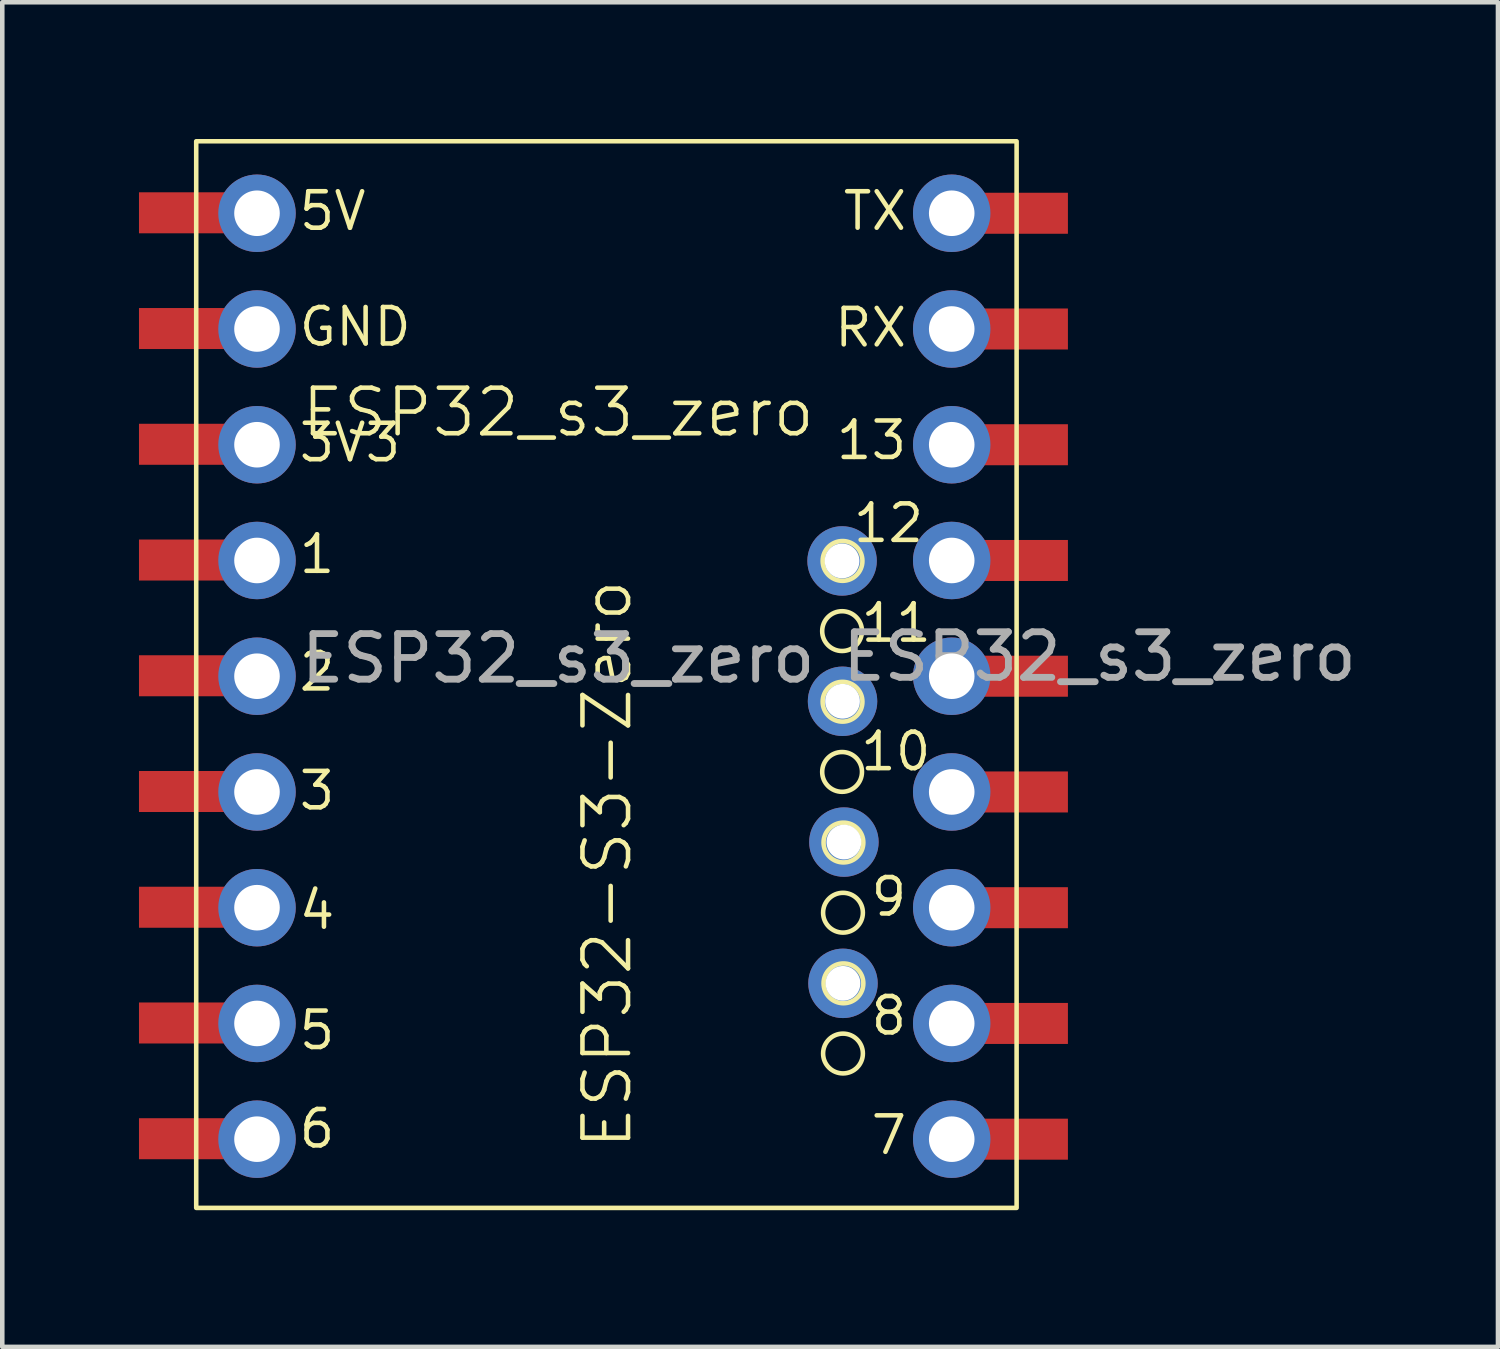
<source format=kicad_pcb>
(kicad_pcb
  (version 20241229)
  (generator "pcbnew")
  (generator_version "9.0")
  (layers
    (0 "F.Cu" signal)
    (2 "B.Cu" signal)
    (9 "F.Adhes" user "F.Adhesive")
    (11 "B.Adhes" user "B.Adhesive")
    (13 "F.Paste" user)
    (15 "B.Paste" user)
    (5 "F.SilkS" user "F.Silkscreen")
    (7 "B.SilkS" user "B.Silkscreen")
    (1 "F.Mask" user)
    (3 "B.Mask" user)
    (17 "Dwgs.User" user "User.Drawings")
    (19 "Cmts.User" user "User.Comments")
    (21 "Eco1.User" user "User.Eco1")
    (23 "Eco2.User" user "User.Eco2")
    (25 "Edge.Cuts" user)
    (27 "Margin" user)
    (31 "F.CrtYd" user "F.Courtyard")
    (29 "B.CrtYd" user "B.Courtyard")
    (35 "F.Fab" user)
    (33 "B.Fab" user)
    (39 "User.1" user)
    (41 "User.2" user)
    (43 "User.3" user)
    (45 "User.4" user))
  (footprint "ESP32_s3_zero"
    (layer "F.Cu")
    (at 11.89 8.86)
    (property "Reference" "ESP32_s3_zero" (at -2.69 -2.86 0) (unlocked yes) (layer "F.SilkS") (effects (font (size 1 1) (thickness 0.1))))
    (attr through_hole)
    (fp_line (start -10.89 -7.24) (end -9.01 -7.24) (stroke (width 0.2) (type default)) (layer "F.Cu"))
    (fp_line (start -9.01 -7.24) (end -10.89 -7.24) (stroke (width 0.2) (type default)) (layer "F.Cu"))
    (fp_rect (start -10.634 -8.81) (end 7.37 14.598) (stroke (width 0.1) (type default)) (fill no) (layer "F.SilkS"))
    (fp_circle (center 3.54 1.94) (end 3.39 1.53) (stroke (width 0.1) (type default)) (fill no) (layer "F.SilkS"))
    (fp_circle (center 3.54 5.03) (end 3.39 4.62) (stroke (width 0.1) (type default)) (fill no) (layer "F.SilkS"))
    (fp_circle (center 3.55 0.4) (end 3.4 -0.01) (stroke (width 0.1) (type default)) (fill no) (layer "F.SilkS"))
    (fp_circle (center 3.55 3.49) (end 3.4 3.08) (stroke (width 0.1) (type default)) (fill no) (layer "F.SilkS"))
    (fp_circle (center 3.56 8.12) (end 3.41 7.71) (stroke (width 0.1) (type default)) (fill no) (layer "F.SilkS"))
    (fp_circle (center 3.56 11.21) (end 3.41 10.8) (stroke (width 0.1) (type default)) (fill no) (layer "F.SilkS"))
    (fp_circle (center 3.57 6.58) (end 3.42 6.17) (stroke (width 0.1) (type default)) (fill no) (layer "F.SilkS"))
    (fp_circle (center 3.57 9.67) (end 3.42 9.26) (stroke (width 0.1) (type default)) (fill no) (layer "F.SilkS"))
    (fp_text user "2" (at -8.43 3.3 0) (unlocked yes) (layer "F.SilkS") (effects (font (size 0.8 0.8) (thickness 0.1)) (justify left bottom)))
    (fp_text user "3V3" (at -8.43 -1.73 0) (unlocked yes) (layer "F.SilkS") (effects (font (size 0.8 0.8) (thickness 0.1)) (justify left bottom)))
    (fp_text user "1" (at -8.43 0.72 0) (unlocked yes) (layer "F.SilkS") (effects (font (size 0.8 0.8) (thickness 0.1)) (justify left bottom)))
    (fp_text user "RX" (at 3.32 -4.25 0) (unlocked yes) (layer "F.SilkS") (effects (font (size 0.8 0.8) (thickness 0.1)) (justify left bottom)))
    (fp_text user "12" (at 3.73 0.04 0) (unlocked yes) (layer "F.SilkS") (effects (font (size 0.8 0.8) (thickness 0.1)) (justify left bottom)))
    (fp_text user "5V" (at -8.43 -6.81 0) (unlocked yes) (layer "F.SilkS") (effects (font (size 0.8 0.8) (thickness 0.1)) (justify left bottom)))
    (fp_text user "4" (at -8.43 8.53 0) (unlocked yes) (layer "F.SilkS") (effects (font (size 0.8 0.8) (thickness 0.1)) (justify left bottom)))
    (fp_text user "6" (at -8.43 13.33 0) (unlocked yes) (layer "F.SilkS") (effects (font (size 0.8 0.8) (thickness 0.1)) (justify left bottom)))
    (fp_text user "10" (at 3.89 5.05 0) (unlocked yes) (layer "F.SilkS") (effects (font (size 0.8 0.8) (thickness 0.1)) (justify left bottom)))
    (fp_text user "3" (at -8.43 5.91 0) (unlocked yes) (layer "F.SilkS") (effects (font (size 0.8 0.8) (thickness 0.1)) (justify left bottom)))
    (fp_text user "ESP32-S3-Zero" (at -1.03 13.36 90) (unlocked yes) (layer "F.SilkS") (effects (font (size 1 1) (thickness 0.1)) (justify left bottom)))
    (fp_text user "13" (at 3.358 -1.78 0) (unlocked yes) (layer "F.SilkS") (effects (font (size 0.8 0.8) (thickness 0.1)) (justify left bottom)))
    (fp_text user "7" (at 4.12 13.47 0) (unlocked yes) (layer "F.SilkS") (effects (font (size 0.8 0.8) (thickness 0.1)) (justify left bottom)))
    (fp_text user "GND" (at -8.43 -4.27 0) (unlocked yes) (layer "F.SilkS") (effects (font (size 0.8 0.8) (thickness 0.1)) (justify left bottom)))
    (fp_text user "9" (at 4.12 8.24 0) (unlocked yes) (layer "F.SilkS") (effects (font (size 0.8 0.8) (thickness 0.1)) (justify left bottom)))
    (fp_text user "TX" (at 3.51 -6.81 0) (unlocked yes) (layer "F.SilkS") (effects (font (size 0.8 0.8) (thickness 0.1)) (justify left bottom)))
    (fp_text user "11" (at 3.9 2.23 0) (unlocked yes) (layer "F.SilkS") (effects (font (size 0.8 0.8) (thickness 0.1)) (justify left bottom)))
    (fp_text user "8" (at 4.12 10.85 0) (unlocked yes) (layer "F.SilkS") (effects (font (size 0.8 0.8) (thickness 0.1)) (justify left bottom)))
    (fp_text user "5" (at -8.43 11.17 0) (unlocked yes) (layer "F.SilkS") (effects (font (size 0.8 0.8) (thickness 0.1)) (justify left bottom)))
    (fp_text user "${REFERENCE}" (at -2.69 2.54 0) (unlocked yes) (layer "F.Fab") (effects (font (size 1 1) (thickness 0.15))))
    (fp_text user "${REFERENCE}" (at 9.19 2.5 0) (unlocked yes) (layer "F.Fab") (effects (font (size 1 1) (thickness 0.15))))
    (pad "1" smd rect (at -10.89 -7.24) (size 2 0.9) (layers "F.Cu" "F.Mask" "F.Paste"))
    (pad "1" thru_hole circle (at -9.3 -7.23) (size 1.7 1.7) (drill 1) (layers "*.Cu" "*.Mask"))
    (pad "2" smd rect (at -10.89 -4.7) (size 2 0.9) (layers "F.Cu" "F.Mask" "F.Paste"))
    (pad "2" thru_hole circle (at -9.3 -4.69) (size 1.7 1.7) (drill 1) (layers "*.Cu" "*.Mask"))
    (pad "3" smd rect (at -10.89 -2.16) (size 2 0.9) (layers "F.Cu" "F.Mask" "F.Paste"))
    (pad "3" thru_hole circle (at -9.3 -2.15) (size 1.7 1.7) (drill 1) (layers "*.Cu" "*.Mask"))
    (pad "4" smd rect (at -10.89 0.38) (size 2 0.9) (layers "F.Cu" "F.Mask" "F.Paste"))
    (pad "4" thru_hole circle (at -9.3 0.39) (size 1.7 1.7) (drill 1) (layers "*.Cu" "*.Mask"))
    (pad "5" smd rect (at -10.89 2.92) (size 2 0.9) (layers "F.Cu" "F.Mask" "F.Paste"))
    (pad "5" thru_hole circle (at -9.3 2.93) (size 1.7 1.7) (drill 1) (layers "*.Cu" "*.Mask"))
    (pad "6" smd rect (at -10.89 5.46) (size 2 0.9) (layers "F.Cu" "F.Mask" "F.Paste"))
    (pad "6" thru_hole circle (at -9.3 5.47) (size 1.7 1.7) (drill 1) (layers "*.Cu" "*.Mask"))
    (pad "7" smd rect (at -10.89 8) (size 2 0.9) (layers "F.Cu" "F.Mask" "F.Paste"))
    (pad "7" thru_hole circle (at -9.3 8.01) (size 1.7 1.7) (drill 1) (layers "*.Cu" "*.Mask"))
    (pad "8" smd rect (at -10.89 10.54) (size 2 0.9) (layers "F.Cu" "F.Mask" "F.Paste"))
    (pad "8" thru_hole circle (at -9.3 10.55) (size 1.7 1.7) (drill 1) (layers "*.Cu" "*.Mask"))
    (pad "9" smd rect (at -10.89 13.08) (size 2 0.9) (layers "F.Cu" "F.Mask" "F.Paste"))
    (pad "9" thru_hole circle (at -9.3 13.09) (size 1.7 1.7) (drill 1) (layers "*.Cu" "*.Mask"))
    (pad "10" thru_hole circle (at 5.946 -7.23) (size 1.7 1.7) (drill 1) (layers "*.Cu" "*.Mask"))
    (pad "10" smd rect (at 7.496 -7.23) (size 2 0.9) (layers "F.Cu" "F.Mask" "F.Paste"))
    (pad "11" thru_hole circle (at 5.946 -4.69) (size 1.7 1.7) (drill 1) (layers "*.Cu" "*.Mask"))
    (pad "11" smd rect (at 7.496 -4.69) (size 2 0.9) (layers "F.Cu" "F.Mask" "F.Paste"))
    (pad "12" thru_hole circle (at 5.946 -2.15) (size 1.7 1.7) (drill 1) (layers "*.Cu" "*.Mask"))
    (pad "12" smd rect (at 7.496 -2.15) (size 2 0.9) (layers "F.Cu" "F.Mask" "F.Paste"))
    (pad "13" thru_hole circle (at 5.946 0.39) (size 1.7 1.7) (drill 1) (layers "*.Cu" "*.Mask"))
    (pad "13" smd rect (at 7.496 0.39) (size 2 0.9) (layers "F.Cu" "F.Mask" "F.Paste"))
    (pad "14" thru_hole circle (at 5.946 2.93) (size 1.7 1.7) (drill 1) (layers "*.Cu" "*.Mask"))
    (pad "14" smd rect (at 7.496 2.93) (size 2 0.9) (layers "F.Cu" "F.Mask" "F.Paste"))
    (pad "15" thru_hole circle (at 5.946 5.47) (size 1.7 1.7) (drill 1) (layers "*.Cu" "*.Mask"))
    (pad "15" smd rect (at 7.496 5.47) (size 2 0.9) (layers "F.Cu" "F.Mask" "F.Paste"))
    (pad "16" thru_hole circle (at 5.946 8.01) (size 1.7 1.7) (drill 1) (layers "*.Cu" "*.Mask"))
    (pad "16" smd rect (at 7.496 8.01) (size 2 0.9) (layers "F.Cu" "F.Mask" "F.Paste"))
    (pad "17" thru_hole circle (at 5.946 10.55) (size 1.7 1.7) (drill 1) (layers "*.Cu" "*.Mask"))
    (pad "17" smd rect (at 7.496 10.55) (size 2 0.9) (layers "F.Cu" "F.Mask" "F.Paste"))
    (pad "18" thru_hole circle (at 5.946 13.09) (size 1.7 1.7) (drill 1) (layers "*.Cu" "*.Mask"))
    (pad "18" smd rect (at 7.496 13.09) (size 2 0.9) (layers "F.Cu" "F.Mask" "F.Paste"))
    (pad "19" thru_hole circle (at 3.56 9.67) (size 1.524 1.524) (drill 0.762) (layers "*.Cu" "*.Mask"))
    (pad "20" thru_hole circle (at 3.58 6.57) (size 1.524 1.524) (drill 0.762) (layers "*.Cu" "*.Mask"))
    (pad "21" thru_hole circle (at 3.55 3.48) (size 1.524 1.524) (drill 0.762) (layers "*.Cu" "*.Mask"))
    (pad "22" thru_hole circle (at 3.54 0.4) (size 1.524 1.524) (drill 0.762) (layers "*.Cu" "*.Mask")))
  (gr_rect
    (start -3 -3)
    (end 29.824 26.508)
    (stroke (width 0.1) (type default))
    (fill no)
    (layer "Edge.Cuts")))
</source>
